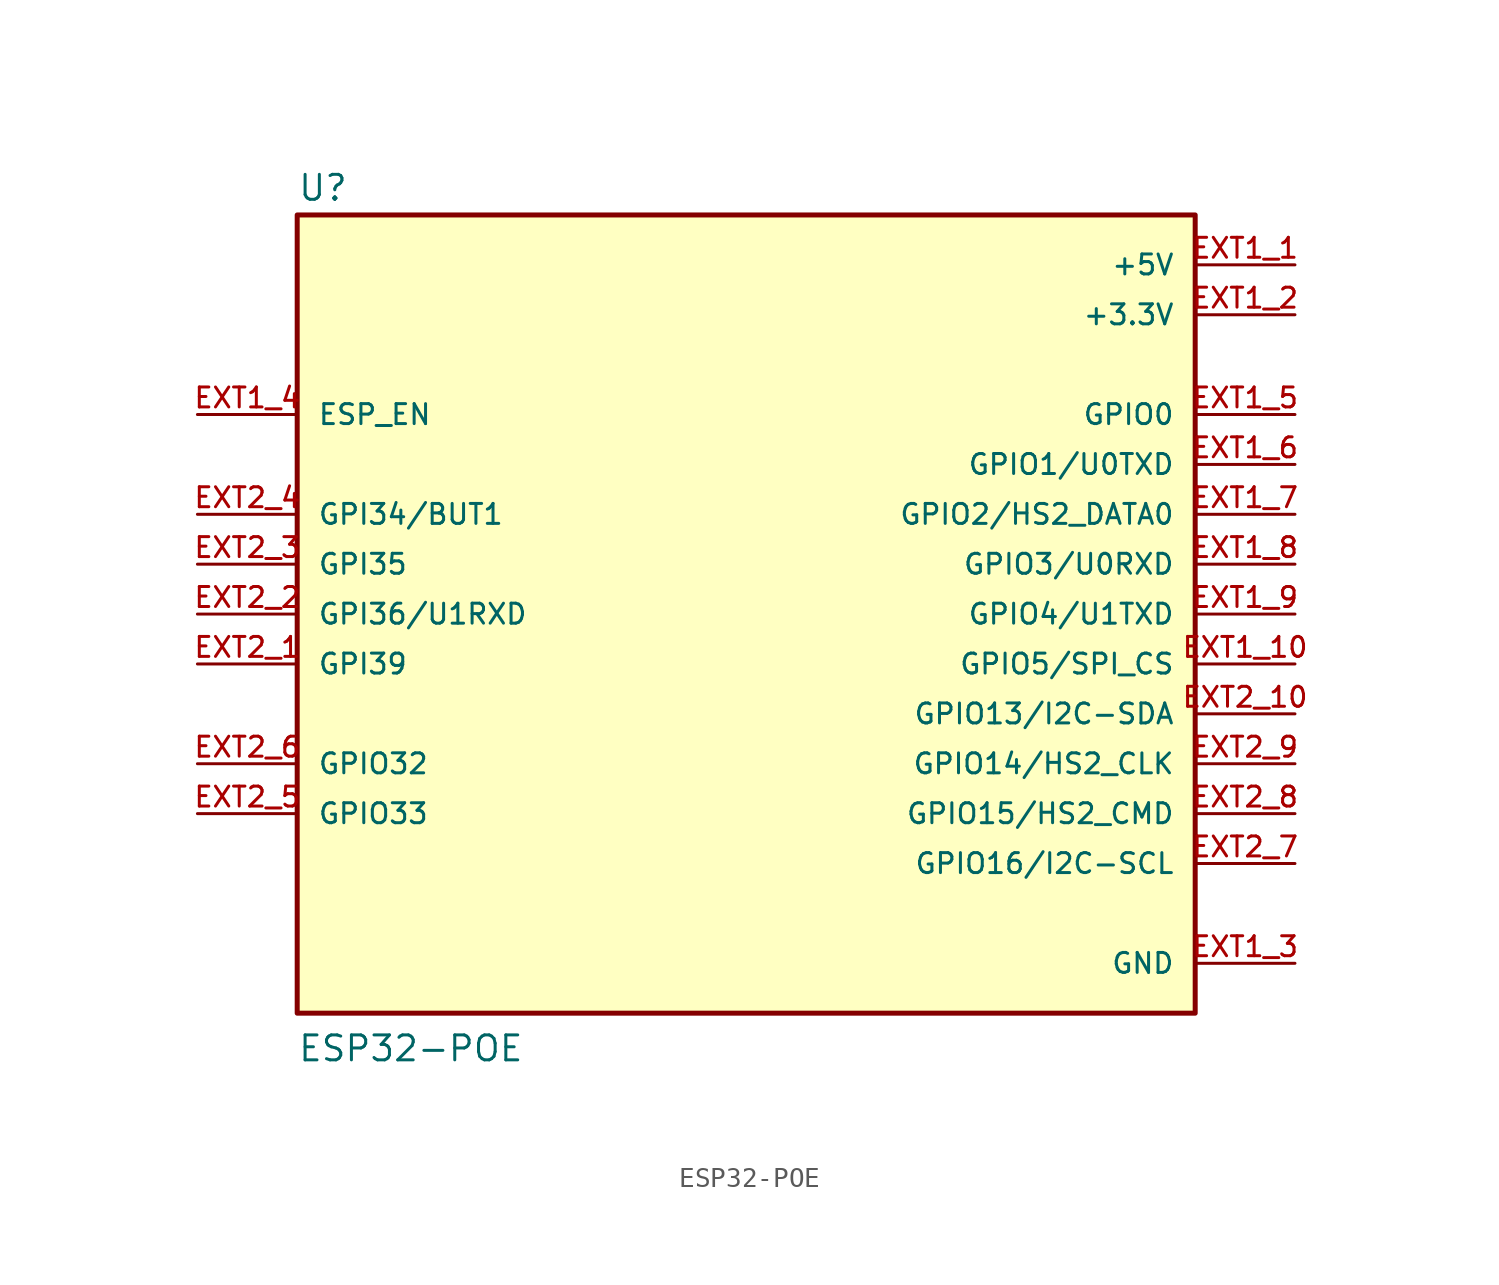
<source format=kicad_sym>
(kicad_symbol_lib
  (version 20241209)
  (generator "kicad_symbol_editor")
  (generator_version "9.0")
  (symbol "ESP32-POE"
    (pin_names
      (offset 1.016))
    (property "Reference" "U"
      (at -22.86 20.955 0)
      (effects (font (size 1.27 1.27)) (justify left bottom)))
    (property "Value" "ESP32-POE"
      (at -22.86 -22.86 0)
      (effects (font (size 1.27 1.27)) (justify left bottom)))
    (symbol "ESP32-POE_0_0"
      (rectangle (start -22.86 -20.32) (end 22.86 20.32) (stroke (width 0.254) (type default)) (fill (type background)))
      (pin input line (at -27.94 10.16 0) (length 5.08) (name "ESP_EN" (effects (font (size 1.016 1.016)))) (number "EXT1_4" (effects (font (size 1.016 1.016)))))
      (pin input line (at -27.94 5.08 0) (length 5.08) (name "GPI34/BUT1" (effects (font (size 1.016 1.016)))) (number "EXT2_4" (effects (font (size 1.016 1.016)))))
      (pin input line (at -27.94 2.54 0) (length 5.08) (name "GPI35" (effects (font (size 1.016 1.016)))) (number "EXT2_3" (effects (font (size 1.016 1.016)))))
      (pin input line (at -27.94 0 0) (length 5.08) (name "GPI36/U1RXD" (effects (font (size 1.016 1.016)))) (number "EXT2_2" (effects (font (size 1.016 1.016)))))
      (pin input line (at -27.94 -2.54 0) (length 5.08) (name "GPI39" (effects (font (size 1.016 1.016)))) (number "EXT2_1" (effects (font (size 1.016 1.016)))))
      (pin bidirectional line (at -27.94 -7.62 0) (length 5.08) (name "GPIO32" (effects (font (size 1.016 1.016)))) (number "EXT2_6" (effects (font (size 1.016 1.016)))))
      (pin bidirectional line (at -27.94 -10.16 0) (length 5.08) (name "GPIO33" (effects (font (size 1.016 1.016)))) (number "EXT2_5" (effects (font (size 1.016 1.016)))))
      (pin power_in line (at 27.94 17.78 180) (length 5.08) (name "+5V" (effects (font (size 1.016 1.016)))) (number "EXT1_1" (effects (font (size 1.016 1.016)))))
      (pin power_in line (at 27.94 15.24 180) (length 5.08) (name "+3.3V" (effects (font (size 1.016 1.016)))) (number "EXT1_2" (effects (font (size 1.016 1.016)))))
      (pin bidirectional line (at 27.94 10.16 180) (length 5.08) (name "GPIO0" (effects (font (size 1.016 1.016)))) (number "EXT1_5" (effects (font (size 1.016 1.016)))))
      (pin bidirectional line (at 27.94 7.62 180) (length 5.08) (name "GPIO1/U0TXD" (effects (font (size 1.016 1.016)))) (number "EXT1_6" (effects (font (size 1.016 1.016)))))
      (pin bidirectional line (at 27.94 5.08 180) (length 5.08) (name "GPIO2/HS2_DATA0" (effects (font (size 1.016 1.016)))) (number "EXT1_7" (effects (font (size 1.016 1.016)))))
      (pin bidirectional line (at 27.94 2.54 180) (length 5.08) (name "GPIO3/U0RXD" (effects (font (size 1.016 1.016)))) (number "EXT1_8" (effects (font (size 1.016 1.016)))))
      (pin bidirectional line (at 27.94 0 180) (length 5.08) (name "GPIO4/U1TXD" (effects (font (size 1.016 1.016)))) (number "EXT1_9" (effects (font (size 1.016 1.016)))))
      (pin bidirectional line (at 27.94 -2.54 180) (length 5.08) (name "GPIO5/SPI_CS" (effects (font (size 1.016 1.016)))) (number "EXT1_10" (effects (font (size 1.016 1.016)))))
      (pin bidirectional line (at 27.94 -5.08 180) (length 5.08) (name "GPIO13/I2C-SDA" (effects (font (size 1.016 1.016)))) (number "EXT2_10" (effects (font (size 1.016 1.016)))))
      (pin bidirectional line (at 27.94 -7.62 180) (length 5.08) (name "GPIO14/HS2_CLK" (effects (font (size 1.016 1.016)))) (number "EXT2_9" (effects (font (size 1.016 1.016)))))
      (pin bidirectional line (at 27.94 -10.16 180) (length 5.08) (name "GPIO15/HS2_CMD" (effects (font (size 1.016 1.016)))) (number "EXT2_8" (effects (font (size 1.016 1.016)))))
      (pin bidirectional line (at 27.94 -12.7 180) (length 5.08) (name "GPIO16/I2C-SCL" (effects (font (size 1.016 1.016)))) (number "EXT2_7" (effects (font (size 1.016 1.016)))))
      (pin power_in line (at 27.94 -17.78 180) (length 5.08) (name "GND" (effects (font (size 1.016 1.016)))) (number "EXT1_3" (effects (font (size 1.016 1.016))))))))
</source>
